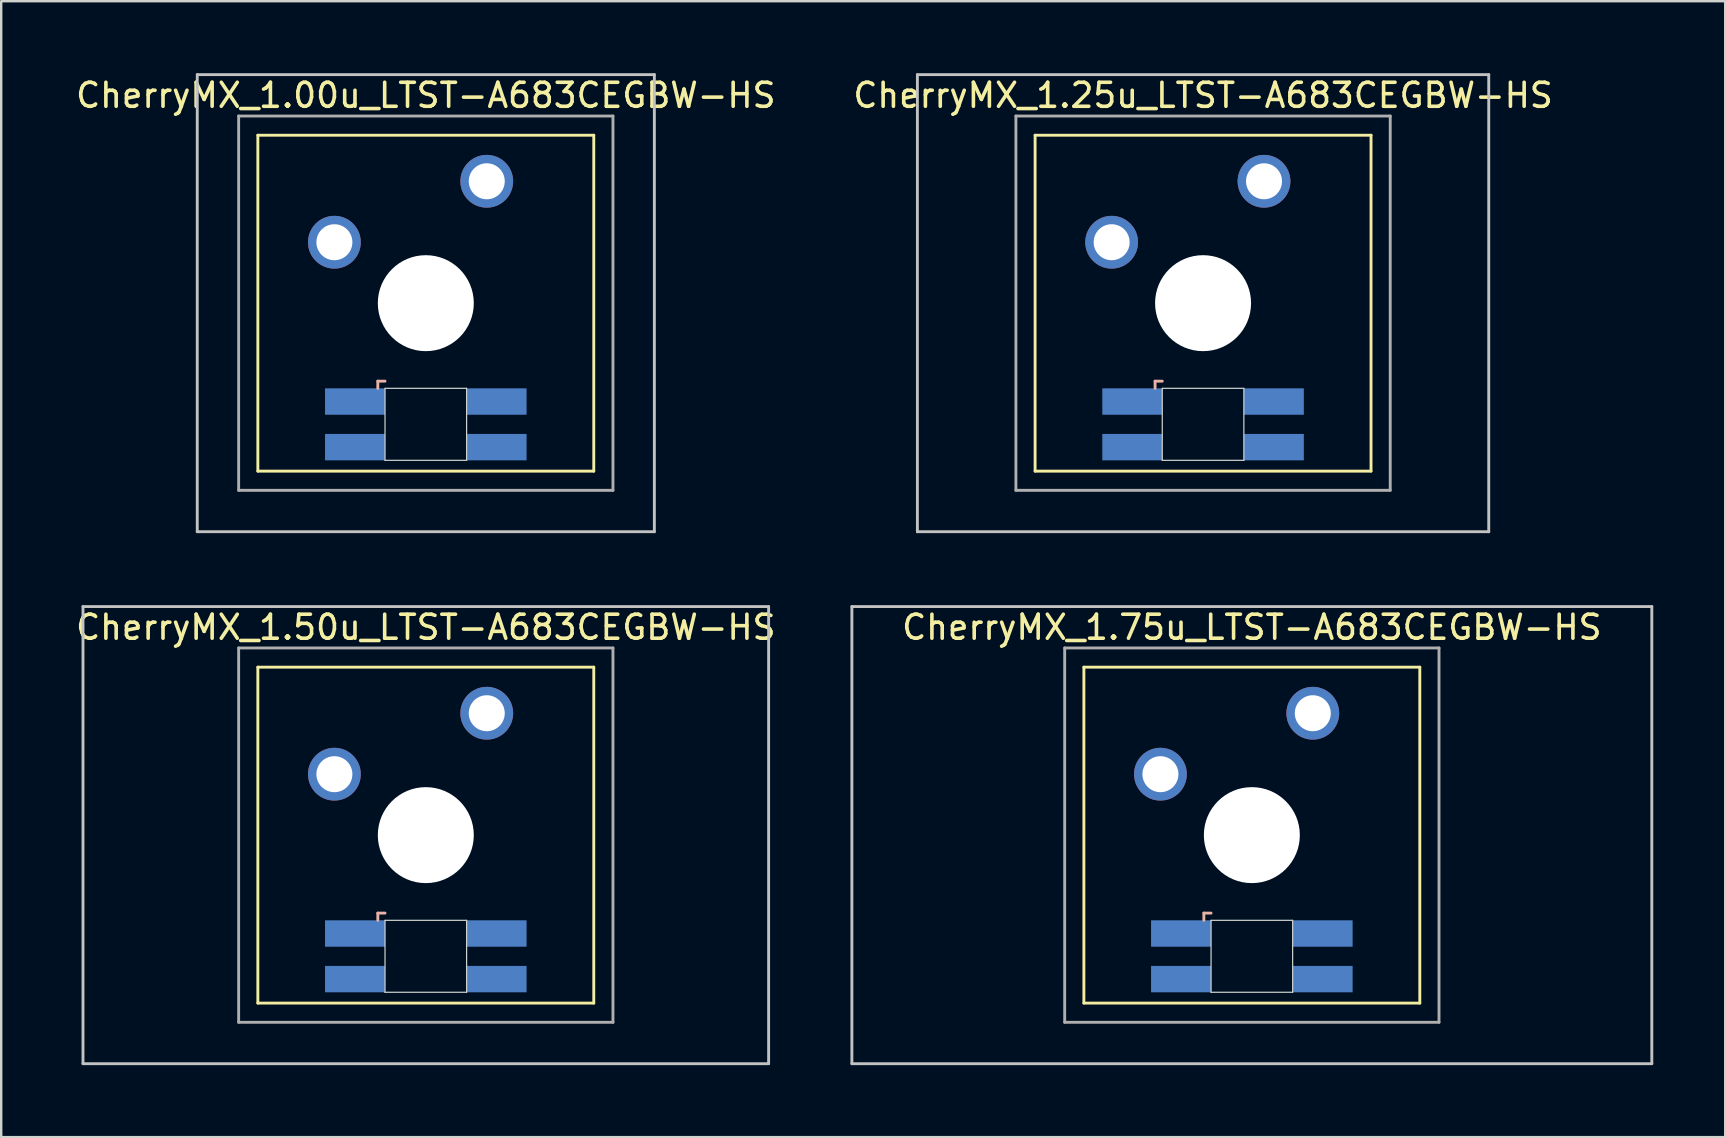
<source format=kicad_pcb>
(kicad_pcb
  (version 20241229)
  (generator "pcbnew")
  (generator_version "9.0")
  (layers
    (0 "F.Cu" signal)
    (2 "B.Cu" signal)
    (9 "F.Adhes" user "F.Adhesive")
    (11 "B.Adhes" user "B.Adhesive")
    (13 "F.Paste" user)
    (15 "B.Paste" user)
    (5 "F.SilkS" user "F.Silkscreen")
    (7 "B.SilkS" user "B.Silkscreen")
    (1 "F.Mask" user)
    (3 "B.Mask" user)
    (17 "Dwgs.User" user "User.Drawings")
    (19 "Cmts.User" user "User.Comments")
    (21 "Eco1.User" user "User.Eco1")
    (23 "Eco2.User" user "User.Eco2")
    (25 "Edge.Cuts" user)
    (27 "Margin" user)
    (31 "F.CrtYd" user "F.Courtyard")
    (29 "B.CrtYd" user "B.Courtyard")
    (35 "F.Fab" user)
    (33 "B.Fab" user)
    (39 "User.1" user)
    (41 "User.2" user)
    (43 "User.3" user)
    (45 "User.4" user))
  (footprint "CherryMX_1.50u_LTST-A683CEGBW-HS"
    (layer "F.Cu")
    (at 14.696 31.755)
    (property "Reference" "CherryMX_1.50u_LTST-A683CEGBW-HS" (at 0 -8.662 0) (layer "F.SilkS") (effects (font (size 1 1) (thickness 0.15))))
    (attr through_hole)
    (fp_line (start -7 -7) (end -7 7) (stroke (width 0.12) (type solid)) (layer "F.SilkS"))
    (fp_line (start -7 -7) (end 7 -7) (stroke (width 0.12) (type solid)) (layer "F.SilkS"))
    (fp_line (start 7 -7) (end 7 7) (stroke (width 0.12) (type solid)) (layer "F.SilkS"))
    (fp_line (start 7 7) (end -7 7) (stroke (width 0.12) (type solid)) (layer "F.SilkS"))
    (fp_line (start -2 3.25) (end -2 3.55) (stroke (width 0.12) (type solid)) (layer "B.SilkS"))
    (fp_line (start -1.7 3.25) (end -2 3.25) (stroke (width 0.12) (type solid)) (layer "B.SilkS"))
    (fp_line (start -14.287 -9.525) (end 14.287 -9.525) (stroke (width 0.12) (type solid)) (layer "Dwgs.User"))
    (fp_line (start -14.287 9.525) (end -14.287 -9.525) (stroke (width 0.12) (type solid)) (layer "Dwgs.User"))
    (fp_line (start 14.287 -9.525) (end 14.287 9.525) (stroke (width 0.12) (type solid)) (layer "Dwgs.User"))
    (fp_line (start 14.287 9.525) (end -14.287 9.525) (stroke (width 0.12) (type solid)) (layer "Dwgs.User"))
    (fp_line (start -1.7 3.55) (end 1.7 3.55) (stroke (width 0.05) (type solid)) (layer "Edge.Cuts"))
    (fp_line (start -1.7 6.55) (end -1.7 3.55) (stroke (width 0.05) (type solid)) (layer "Edge.Cuts"))
    (fp_line (start 1.7 3.55) (end 1.7 6.55) (stroke (width 0.05) (type solid)) (layer "Edge.Cuts"))
    (fp_line (start 1.7 6.55) (end -1.7 6.55) (stroke (width 0.05) (type solid)) (layer "Edge.Cuts"))
    (fp_line (start -7.8 -7.8) (end -7.8 7.8) (stroke (width 0.12) (type solid)) (layer "F.Fab"))
    (fp_line (start -7.8 -7.8) (end 7.8 -7.8) (stroke (width 0.12) (type solid)) (layer "F.Fab"))
    (fp_line (start -7.8 7.8) (end 7.8 7.8) (stroke (width 0.12) (type solid)) (layer "F.Fab"))
    (fp_line (start 7.8 -7.8) (end 7.8 7.8) (stroke (width 0.12) (type solid)) (layer "F.Fab"))
    (pad "" np_thru_hole circle (at 0 0) (size 4 4) (drill 4) (layers "*.Cu" "*.Mask"))
    (pad "1" thru_hole circle (at -3.81 -2.54) (size 2.2 2.2) (drill 1.5) (layers "*.Cu" "*.Mask"))
    (pad "2" thru_hole circle (at 2.54 -5.08) (size 2.2 2.2) (drill 1.5) (layers "*.Cu" "*.Mask"))
    (pad "3" smd rect (at -2.95 4.1) (size 2.5 1.1) (layers "B.Cu" "B.Mask" "B.Paste"))
    (pad "4" smd rect (at -2.95 6) (size 2.5 1.1) (layers "B.Cu" "B.Mask" "B.Paste"))
    (pad "5" smd rect (at 2.95 4.1) (size 2.5 1.1) (layers "B.Cu" "B.Mask" "B.Paste"))
    (pad "6" smd rect (at 2.95 6) (size 2.5 1.1) (layers "B.Cu" "B.Mask" "B.Paste")))
  (footprint "CherryMX_1.25u_LTST-A683CEGBW-HS"
    (layer "F.Cu")
    (at 47.089 9.585)
    (property "Reference" "CherryMX_1.25u_LTST-A683CEGBW-HS" (at 0 -8.662 0) (layer "F.SilkS") (effects (font (size 1 1) (thickness 0.15))))
    (attr through_hole)
    (fp_line (start -7 -7) (end -7 7) (stroke (width 0.12) (type solid)) (layer "F.SilkS"))
    (fp_line (start -7 -7) (end 7 -7) (stroke (width 0.12) (type solid)) (layer "F.SilkS"))
    (fp_line (start 7 -7) (end 7 7) (stroke (width 0.12) (type solid)) (layer "F.SilkS"))
    (fp_line (start 7 7) (end -7 7) (stroke (width 0.12) (type solid)) (layer "F.SilkS"))
    (fp_line (start -2 3.25) (end -2 3.55) (stroke (width 0.12) (type solid)) (layer "B.SilkS"))
    (fp_line (start -1.7 3.25) (end -2 3.25) (stroke (width 0.12) (type solid)) (layer "B.SilkS"))
    (fp_line (start -11.906 -9.525) (end 11.906 -9.525) (stroke (width 0.12) (type solid)) (layer "Dwgs.User"))
    (fp_line (start -11.906 9.525) (end -11.906 -9.525) (stroke (width 0.12) (type solid)) (layer "Dwgs.User"))
    (fp_line (start 11.906 -9.525) (end 11.906 9.525) (stroke (width 0.12) (type solid)) (layer "Dwgs.User"))
    (fp_line (start 11.906 9.525) (end -11.906 9.525) (stroke (width 0.12) (type solid)) (layer "Dwgs.User"))
    (fp_line (start -1.7 3.55) (end 1.7 3.55) (stroke (width 0.05) (type solid)) (layer "Edge.Cuts"))
    (fp_line (start -1.7 6.55) (end -1.7 3.55) (stroke (width 0.05) (type solid)) (layer "Edge.Cuts"))
    (fp_line (start 1.7 3.55) (end 1.7 6.55) (stroke (width 0.05) (type solid)) (layer "Edge.Cuts"))
    (fp_line (start 1.7 6.55) (end -1.7 6.55) (stroke (width 0.05) (type solid)) (layer "Edge.Cuts"))
    (fp_line (start -7.8 -7.8) (end -7.8 7.8) (stroke (width 0.12) (type solid)) (layer "F.Fab"))
    (fp_line (start -7.8 -7.8) (end 7.8 -7.8) (stroke (width 0.12) (type solid)) (layer "F.Fab"))
    (fp_line (start -7.8 7.8) (end 7.8 7.8) (stroke (width 0.12) (type solid)) (layer "F.Fab"))
    (fp_line (start 7.8 -7.8) (end 7.8 7.8) (stroke (width 0.12) (type solid)) (layer "F.Fab"))
    (pad "" np_thru_hole circle (at 0 0) (size 4 4) (drill 4) (layers "*.Cu" "*.Mask"))
    (pad "1" thru_hole circle (at -3.81 -2.54) (size 2.2 2.2) (drill 1.5) (layers "*.Cu" "*.Mask"))
    (pad "2" thru_hole circle (at 2.54 -5.08) (size 2.2 2.2) (drill 1.5) (layers "*.Cu" "*.Mask"))
    (pad "3" smd rect (at -2.95 4.1) (size 2.5 1.1) (layers "B.Cu" "B.Mask" "B.Paste"))
    (pad "4" smd rect (at -2.95 6) (size 2.5 1.1) (layers "B.Cu" "B.Mask" "B.Paste"))
    (pad "5" smd rect (at 2.95 4.1) (size 2.5 1.1) (layers "B.Cu" "B.Mask" "B.Paste"))
    (pad "6" smd rect (at 2.95 6) (size 2.5 1.1) (layers "B.Cu" "B.Mask" "B.Paste")))
  (footprint "CherryMX_1.75u_LTST-A683CEGBW-HS"
    (layer "F.Cu")
    (at 49.122 31.755)
    (property "Reference" "CherryMX_1.75u_LTST-A683CEGBW-HS" (at 0 -8.662 0) (layer "F.SilkS") (effects (font (size 1 1) (thickness 0.15))))
    (attr through_hole)
    (fp_line (start -7 -7) (end -7 7) (stroke (width 0.12) (type solid)) (layer "F.SilkS"))
    (fp_line (start -7 -7) (end 7 -7) (stroke (width 0.12) (type solid)) (layer "F.SilkS"))
    (fp_line (start 7 -7) (end 7 7) (stroke (width 0.12) (type solid)) (layer "F.SilkS"))
    (fp_line (start 7 7) (end -7 7) (stroke (width 0.12) (type solid)) (layer "F.SilkS"))
    (fp_line (start -2 3.25) (end -2 3.55) (stroke (width 0.12) (type solid)) (layer "B.SilkS"))
    (fp_line (start -1.7 3.25) (end -2 3.25) (stroke (width 0.12) (type solid)) (layer "B.SilkS"))
    (fp_line (start -16.669 -9.525) (end 16.669 -9.525) (stroke (width 0.12) (type solid)) (layer "Dwgs.User"))
    (fp_line (start -16.669 9.525) (end -16.669 -9.525) (stroke (width 0.12) (type solid)) (layer "Dwgs.User"))
    (fp_line (start 16.669 -9.525) (end 16.669 9.525) (stroke (width 0.12) (type solid)) (layer "Dwgs.User"))
    (fp_line (start 16.669 9.525) (end -16.669 9.525) (stroke (width 0.12) (type solid)) (layer "Dwgs.User"))
    (fp_line (start -1.7 3.55) (end 1.7 3.55) (stroke (width 0.05) (type solid)) (layer "Edge.Cuts"))
    (fp_line (start -1.7 6.55) (end -1.7 3.55) (stroke (width 0.05) (type solid)) (layer "Edge.Cuts"))
    (fp_line (start 1.7 3.55) (end 1.7 6.55) (stroke (width 0.05) (type solid)) (layer "Edge.Cuts"))
    (fp_line (start 1.7 6.55) (end -1.7 6.55) (stroke (width 0.05) (type solid)) (layer "Edge.Cuts"))
    (fp_line (start -7.8 -7.8) (end -7.8 7.8) (stroke (width 0.12) (type solid)) (layer "F.Fab"))
    (fp_line (start -7.8 -7.8) (end 7.8 -7.8) (stroke (width 0.12) (type solid)) (layer "F.Fab"))
    (fp_line (start -7.8 7.8) (end 7.8 7.8) (stroke (width 0.12) (type solid)) (layer "F.Fab"))
    (fp_line (start 7.8 -7.8) (end 7.8 7.8) (stroke (width 0.12) (type solid)) (layer "F.Fab"))
    (pad "" np_thru_hole circle (at 0 0) (size 4 4) (drill 4) (layers "*.Cu" "*.Mask"))
    (pad "1" thru_hole circle (at -3.81 -2.54) (size 2.2 2.2) (drill 1.5) (layers "*.Cu" "*.Mask"))
    (pad "2" thru_hole circle (at 2.54 -5.08) (size 2.2 2.2) (drill 1.5) (layers "*.Cu" "*.Mask"))
    (pad "3" smd rect (at -2.95 4.1) (size 2.5 1.1) (layers "B.Cu" "B.Mask" "B.Paste"))
    (pad "4" smd rect (at -2.95 6) (size 2.5 1.1) (layers "B.Cu" "B.Mask" "B.Paste"))
    (pad "5" smd rect (at 2.95 4.1) (size 2.5 1.1) (layers "B.Cu" "B.Mask" "B.Paste"))
    (pad "6" smd rect (at 2.95 6) (size 2.5 1.1) (layers "B.Cu" "B.Mask" "B.Paste")))
  (footprint "CherryMX_1.00u_LTST-A683CEGBW-HS"
    (layer "F.Cu")
    (at 14.696 9.585)
    (property "Reference" "CherryMX_1.00u_LTST-A683CEGBW-HS" (at 0 -8.662 0) (layer "F.SilkS") (effects (font (size 1 1) (thickness 0.15))))
    (attr through_hole)
    (fp_line (start -7 -7) (end -7 7) (stroke (width 0.12) (type solid)) (layer "F.SilkS"))
    (fp_line (start -7 -7) (end 7 -7) (stroke (width 0.12) (type solid)) (layer "F.SilkS"))
    (fp_line (start 7 -7) (end 7 7) (stroke (width 0.12) (type solid)) (layer "F.SilkS"))
    (fp_line (start 7 7) (end -7 7) (stroke (width 0.12) (type solid)) (layer "F.SilkS"))
    (fp_line (start -2 3.25) (end -2 3.55) (stroke (width 0.12) (type solid)) (layer "B.SilkS"))
    (fp_line (start -1.7 3.25) (end -2 3.25) (stroke (width 0.12) (type solid)) (layer "B.SilkS"))
    (fp_line (start -9.525 -9.525) (end 9.525 -9.525) (stroke (width 0.12) (type solid)) (layer "Dwgs.User"))
    (fp_line (start -9.525 9.525) (end -9.525 -9.525) (stroke (width 0.12) (type solid)) (layer "Dwgs.User"))
    (fp_line (start 9.525 -9.525) (end 9.525 9.525) (stroke (width 0.12) (type solid)) (layer "Dwgs.User"))
    (fp_line (start 9.525 9.525) (end -9.525 9.525) (stroke (width 0.12) (type solid)) (layer "Dwgs.User"))
    (fp_line (start -1.7 3.55) (end 1.7 3.55) (stroke (width 0.05) (type solid)) (layer "Edge.Cuts"))
    (fp_line (start -1.7 6.55) (end -1.7 3.55) (stroke (width 0.05) (type solid)) (layer "Edge.Cuts"))
    (fp_line (start 1.7 3.55) (end 1.7 6.55) (stroke (width 0.05) (type solid)) (layer "Edge.Cuts"))
    (fp_line (start 1.7 6.55) (end -1.7 6.55) (stroke (width 0.05) (type solid)) (layer "Edge.Cuts"))
    (fp_line (start -7.8 -7.8) (end -7.8 7.8) (stroke (width 0.12) (type solid)) (layer "F.Fab"))
    (fp_line (start -7.8 -7.8) (end 7.8 -7.8) (stroke (width 0.12) (type solid)) (layer "F.Fab"))
    (fp_line (start -7.8 7.8) (end 7.8 7.8) (stroke (width 0.12) (type solid)) (layer "F.Fab"))
    (fp_line (start 7.8 -7.8) (end 7.8 7.8) (stroke (width 0.12) (type solid)) (layer "F.Fab"))
    (pad "" np_thru_hole circle (at 0 0) (size 4 4) (drill 4) (layers "*.Cu" "*.Mask"))
    (pad "1" thru_hole circle (at -3.81 -2.54) (size 2.2 2.2) (drill 1.5) (layers "*.Cu" "*.Mask"))
    (pad "2" thru_hole circle (at 2.54 -5.08) (size 2.2 2.2) (drill 1.5) (layers "*.Cu" "*.Mask"))
    (pad "3" smd rect (at -2.95 4.1) (size 2.5 1.1) (layers "B.Cu" "B.Mask" "B.Paste"))
    (pad "4" smd rect (at -2.95 6) (size 2.5 1.1) (layers "B.Cu" "B.Mask" "B.Paste"))
    (pad "5" smd rect (at 2.95 4.1) (size 2.5 1.1) (layers "B.Cu" "B.Mask" "B.Paste"))
    (pad "6" smd rect (at 2.95 6) (size 2.5 1.1) (layers "B.Cu" "B.Mask" "B.Paste")))
  (gr_rect
    (start -3 -3)
    (end 68.85 44.34)
    (stroke (width 0.1) (type default))
    (fill no)
    (layer "Edge.Cuts")))
</source>
